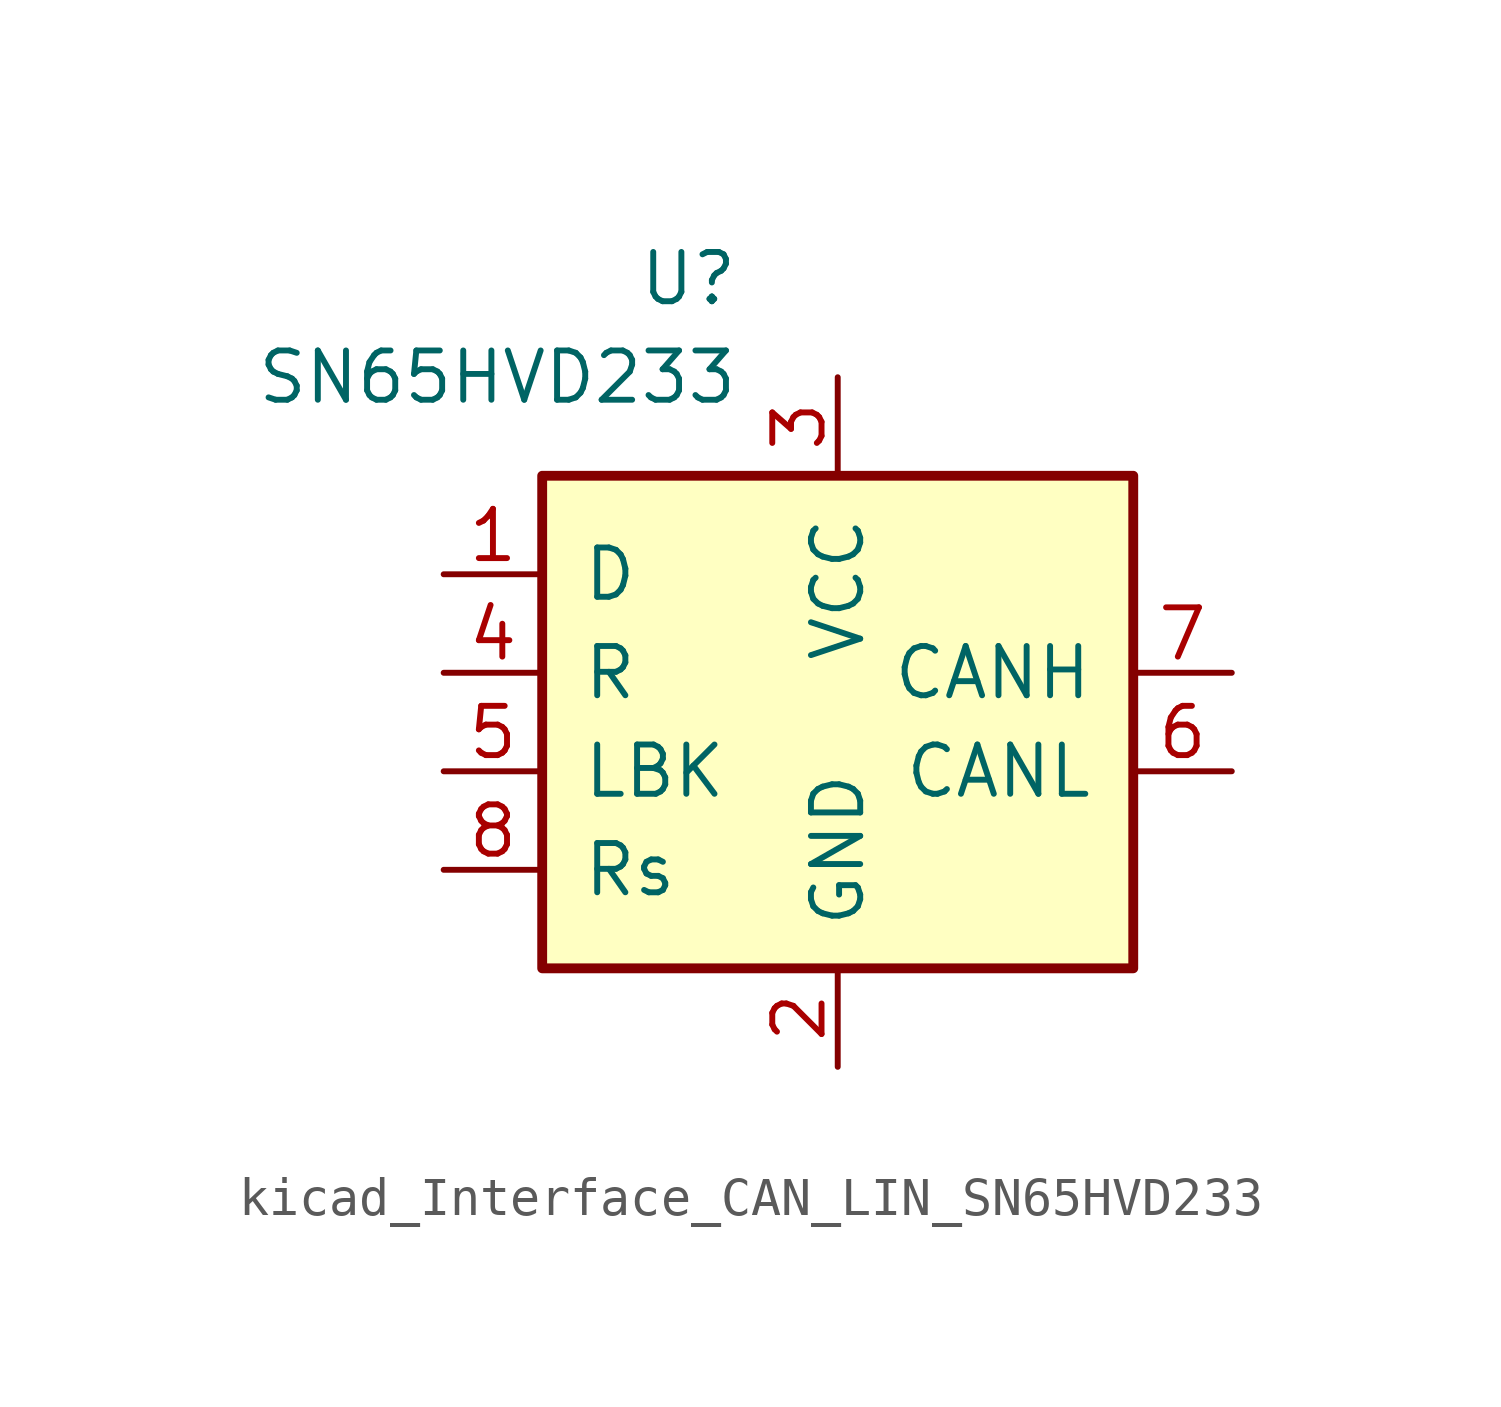
<source format=kicad_sym>
(kicad_symbol_lib
  (version 20220914)
  (generator kicad_symbol_editor)
  (symbol "kicad_Interface_CAN_LIN_SN65HVD233"
    (pin_names
      (offset 1.016))
    (property "Reference" "U"
      (at -2.54 10.16 0)
      (effects (font (size 1.27 1.27)) (justify right)))
    (property "Value" "SN65HVD233"
      (at -2.54 7.62 0)
      (effects (font (size 1.27 1.27)) (justify right)))
    (symbol "kicad_Interface_CAN_LIN_SN65HVD233_0_1"
      (rectangle (start -7.62 5.08) (end 7.62 -7.62) (stroke (width 0.254) (type default)) (fill (type background))))
    (symbol "kicad_Interface_CAN_LIN_SN65HVD233_1_1"
      (pin input line (at -10.16 2.54 0) (length 2.54) (name "D" (effects (font (size 1.27 1.27)))) (number "1" (effects (font (size 1.27 1.27)))))
      (pin power_in line (at 0 -10.16 90) (length 2.54) (name "GND" (effects (font (size 1.27 1.27)))) (number "2" (effects (font (size 1.27 1.27)))))
      (pin power_in line (at 0 7.62 270) (length 2.54) (name "VCC" (effects (font (size 1.27 1.27)))) (number "3" (effects (font (size 1.27 1.27)))))
      (pin output line (at -10.16 0 0) (length 2.54) (name "R" (effects (font (size 1.27 1.27)))) (number "4" (effects (font (size 1.27 1.27)))))
      (pin input line (at -10.16 -2.54 0) (length 2.54) (name "LBK" (effects (font (size 1.27 1.27)))) (number "5" (effects (font (size 1.27 1.27)))))
      (pin bidirectional line (at 10.16 -2.54 180) (length 2.54) (name "CANL" (effects (font (size 1.27 1.27)))) (number "6" (effects (font (size 1.27 1.27)))))
      (pin bidirectional line (at 10.16 0 180) (length 2.54) (name "CANH" (effects (font (size 1.27 1.27)))) (number "7" (effects (font (size 1.27 1.27)))))
      (pin input line (at -10.16 -5.08 0) (length 2.54) (name "Rs" (effects (font (size 1.27 1.27)))) (number "8" (effects (font (size 1.27 1.27))))))))
</source>
